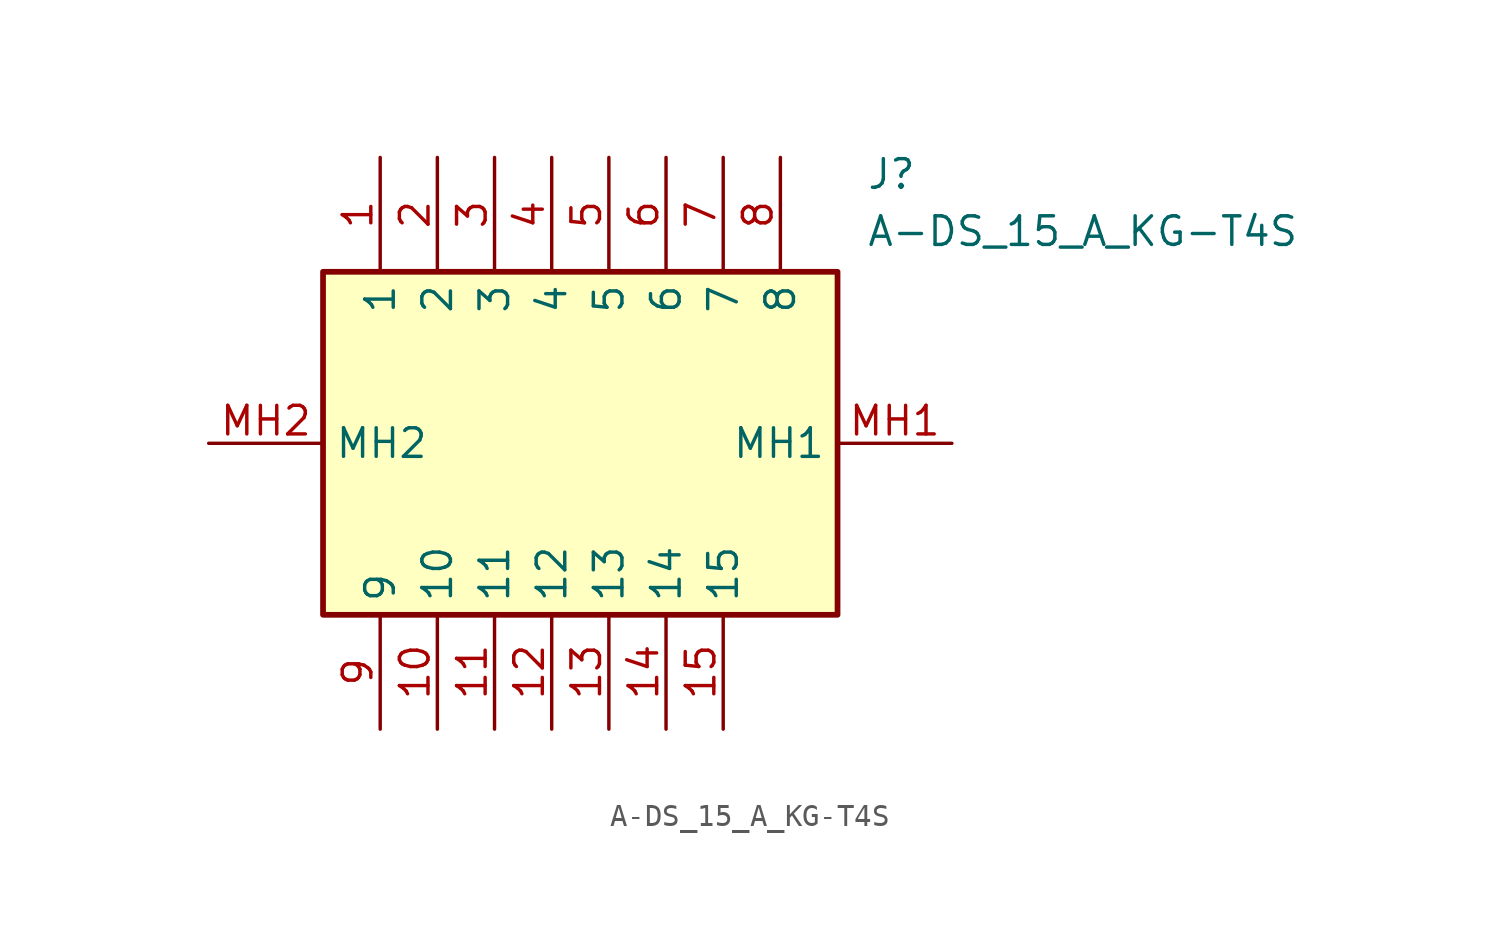
<source format=kicad_sym>
(kicad_symbol_lib
  (version 20211014)
  (generator SamacSys_ECAD_Model)
  (symbol "A-DS_15_A_KG-T4S"
    (property "Reference" "J"
      (at 29.21 12.7 0)
      (effects (font (size 1.27 1.27)) (justify left top)))
    (property "Value" "A-DS_15_A_KG-T4S"
      (at 29.21 10.16 0)
      (effects (font (size 1.27 1.27)) (justify left top)))
    (rectangle
      (start 5.08 7.62)
      (end 27.94 -7.62)
      (stroke (width 0.254) (type default))
      (fill (type background)))
    (pin passive line
      (at 7.62 12.7 270)
      (length 5.08)
      (name "1" (effects (font (size 1.27 1.27))))
      (number "1" (effects (font (size 1.27 1.27)))))
    (pin passive line
      (at 10.16 12.7 270)
      (length 5.08)
      (name "2" (effects (font (size 1.27 1.27))))
      (number "2" (effects (font (size 1.27 1.27)))))
    (pin passive line
      (at 12.7 12.7 270)
      (length 5.08)
      (name "3" (effects (font (size 1.27 1.27))))
      (number "3" (effects (font (size 1.27 1.27)))))
    (pin passive line
      (at 15.24 12.7 270)
      (length 5.08)
      (name "4" (effects (font (size 1.27 1.27))))
      (number "4" (effects (font (size 1.27 1.27)))))
    (pin passive line
      (at 17.78 12.7 270)
      (length 5.08)
      (name "5" (effects (font (size 1.27 1.27))))
      (number "5" (effects (font (size 1.27 1.27)))))
    (pin passive line
      (at 20.32 12.7 270)
      (length 5.08)
      (name "6" (effects (font (size 1.27 1.27))))
      (number "6" (effects (font (size 1.27 1.27)))))
    (pin passive line
      (at 22.86 12.7 270)
      (length 5.08)
      (name "7" (effects (font (size 1.27 1.27))))
      (number "7" (effects (font (size 1.27 1.27)))))
    (pin passive line
      (at 25.4 12.7 270)
      (length 5.08)
      (name "8" (effects (font (size 1.27 1.27))))
      (number "8" (effects (font (size 1.27 1.27)))))
    (pin passive line
      (at 7.62 -12.7 90)
      (length 5.08)
      (name "9" (effects (font (size 1.27 1.27))))
      (number "9" (effects (font (size 1.27 1.27)))))
    (pin passive line
      (at 10.16 -12.7 90)
      (length 5.08)
      (name "10" (effects (font (size 1.27 1.27))))
      (number "10" (effects (font (size 1.27 1.27)))))
    (pin passive line
      (at 12.7 -12.7 90)
      (length 5.08)
      (name "11" (effects (font (size 1.27 1.27))))
      (number "11" (effects (font (size 1.27 1.27)))))
    (pin passive line
      (at 15.24 -12.7 90)
      (length 5.08)
      (name "12" (effects (font (size 1.27 1.27))))
      (number "12" (effects (font (size 1.27 1.27)))))
    (pin passive line
      (at 17.78 -12.7 90)
      (length 5.08)
      (name "13" (effects (font (size 1.27 1.27))))
      (number "13" (effects (font (size 1.27 1.27)))))
    (pin passive line
      (at 20.32 -12.7 90)
      (length 5.08)
      (name "14" (effects (font (size 1.27 1.27))))
      (number "14" (effects (font (size 1.27 1.27)))))
    (pin passive line
      (at 22.86 -12.7 90)
      (length 5.08)
      (name "15" (effects (font (size 1.27 1.27))))
      (number "15" (effects (font (size 1.27 1.27)))))
    (pin passive line
      (at 33.02 0 180)
      (length 5.08)
      (name "MH1" (effects (font (size 1.27 1.27))))
      (number "MH1" (effects (font (size 1.27 1.27)))))
    (pin passive line
      (at 0 0 0)
      (length 5.08)
      (name "MH2" (effects (font (size 1.27 1.27))))
      (number "MH2" (effects (font (size 1.27 1.27)))))))
</source>
